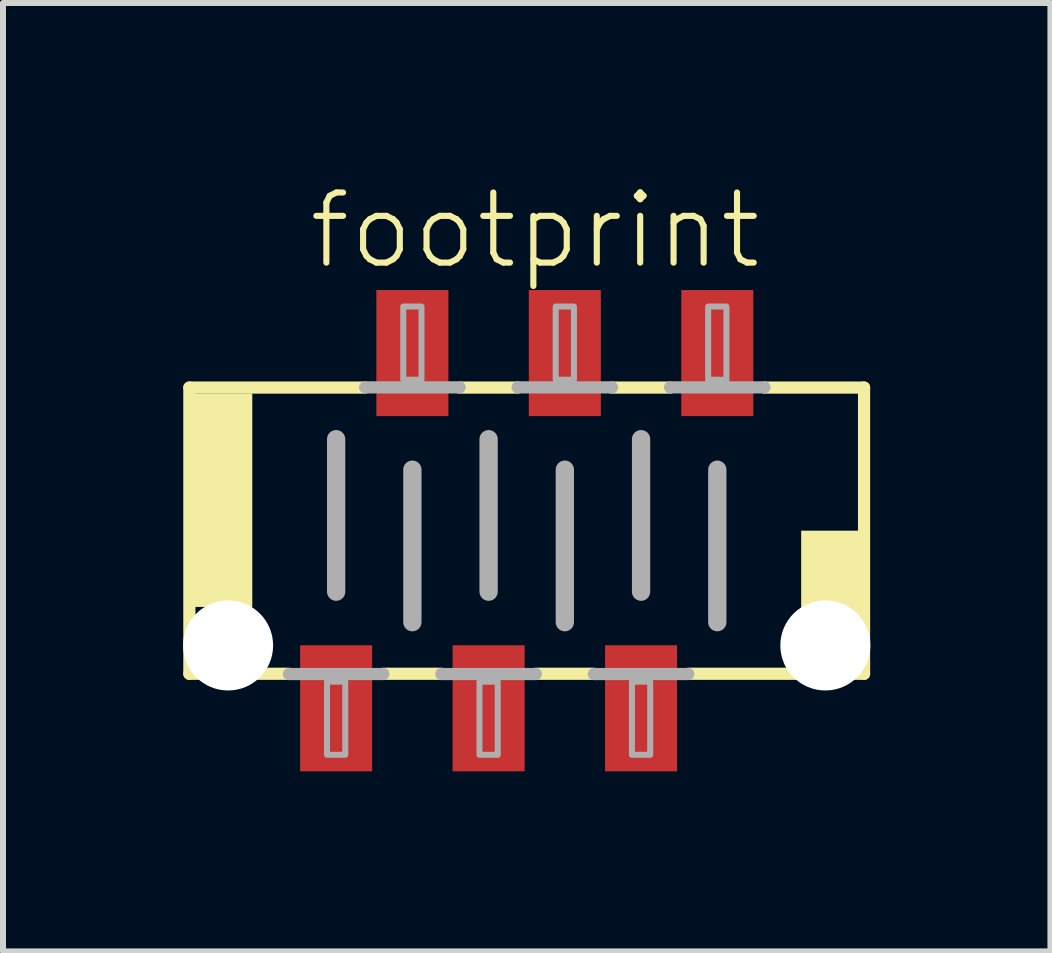
<source format=kicad_pcb>
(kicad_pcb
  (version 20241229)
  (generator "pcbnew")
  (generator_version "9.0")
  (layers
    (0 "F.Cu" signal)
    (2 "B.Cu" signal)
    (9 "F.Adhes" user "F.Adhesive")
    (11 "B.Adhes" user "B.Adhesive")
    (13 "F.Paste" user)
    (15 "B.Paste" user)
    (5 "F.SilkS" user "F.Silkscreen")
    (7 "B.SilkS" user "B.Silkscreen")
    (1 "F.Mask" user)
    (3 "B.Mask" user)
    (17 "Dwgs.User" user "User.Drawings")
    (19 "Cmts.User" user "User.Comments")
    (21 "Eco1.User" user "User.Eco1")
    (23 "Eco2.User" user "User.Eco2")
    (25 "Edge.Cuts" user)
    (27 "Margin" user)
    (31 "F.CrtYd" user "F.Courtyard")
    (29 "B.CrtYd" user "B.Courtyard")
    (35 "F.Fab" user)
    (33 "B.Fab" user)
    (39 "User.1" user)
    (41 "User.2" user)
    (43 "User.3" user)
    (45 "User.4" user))
  (footprint "footprint"
    (layer "F.Cu")
    (at 5.725 5.791)
    (property "Reference" "footprint" (at -3.683 -4.318 0) (layer "F.SilkS") (effects (font (size 1.168 1.168) (thickness 0.102)) (justify left bottom)))
    (fp_line (start -5.62 -2.384) (end -2.692 -2.384) (stroke (width 0.203) (type solid)) (layer "F.SilkS"))
    (fp_line (start -5.62 2.384) (end -5.62 -2.384) (stroke (width 0.203) (type solid)) (layer "F.SilkS"))
    (fp_line (start -3.962 2.384) (end -5.62 2.384) (stroke (width 0.203) (type solid)) (layer "F.SilkS"))
    (fp_line (start -1.422 2.384) (end -2.388 2.384) (stroke (width 0.203) (type solid)) (layer "F.SilkS"))
    (fp_line (start -1.118 -2.384) (end -0.152 -2.384) (stroke (width 0.203) (type solid)) (layer "F.SilkS"))
    (fp_line (start 1.118 2.384) (end 0.152 2.384) (stroke (width 0.203) (type solid)) (layer "F.SilkS"))
    (fp_line (start 1.422 -2.384) (end 2.388 -2.384) (stroke (width 0.203) (type solid)) (layer "F.SilkS"))
    (fp_line (start 3.962 -2.384) (end 5.62 -2.384) (stroke (width 0.203) (type solid)) (layer "F.SilkS"))
    (fp_line (start 5.62 -2.384) (end 5.62 2.384) (stroke (width 0.203) (type solid)) (layer "F.SilkS"))
    (fp_line (start 5.62 2.384) (end 2.692 2.384) (stroke (width 0.203) (type solid)) (layer "F.SilkS"))
    (fp_poly (pts (xy -5.588 1.27) (xy -4.572 1.27) (xy -4.572 -2.286) (xy -5.588 -2.286)) (stroke (width 0) (type solid)) (fill yes) (layer "F.SilkS"))
    (fp_poly (pts (xy 4.572 2.286) (xy 5.588 2.286) (xy 5.588 0) (xy 4.572 0)) (stroke (width 0) (type solid)) (fill yes) (layer "F.SilkS"))
    (fp_line (start -3.175 -1.524) (end -3.175 1.016) (stroke (width 0.305) (type solid)) (layer "F.Fab"))
    (fp_line (start -2.692 -2.388) (end -1.118 -2.388) (stroke (width 0.203) (type solid)) (layer "F.Fab"))
    (fp_line (start -2.388 2.388) (end -3.962 2.388) (stroke (width 0.203) (type solid)) (layer "F.Fab"))
    (fp_line (start -1.905 -1.016) (end -1.905 1.524) (stroke (width 0.305) (type solid)) (layer "F.Fab"))
    (fp_line (start -0.635 -1.524) (end -0.635 1.016) (stroke (width 0.305) (type solid)) (layer "F.Fab"))
    (fp_line (start -0.152 -2.388) (end 1.422 -2.388) (stroke (width 0.203) (type solid)) (layer "F.Fab"))
    (fp_line (start 0.152 2.388) (end -1.422 2.388) (stroke (width 0.203) (type solid)) (layer "F.Fab"))
    (fp_line (start 0.635 -1.016) (end 0.635 1.524) (stroke (width 0.305) (type solid)) (layer "F.Fab"))
    (fp_line (start 1.905 -1.524) (end 1.905 1.016) (stroke (width 0.305) (type solid)) (layer "F.Fab"))
    (fp_line (start 2.388 -2.388) (end 3.962 -2.388) (stroke (width 0.203) (type solid)) (layer "F.Fab"))
    (fp_line (start 2.692 2.388) (end 1.118 2.388) (stroke (width 0.203) (type solid)) (layer "F.Fab"))
    (fp_line (start 3.175 -1.016) (end 3.175 1.524) (stroke (width 0.305) (type solid)) (layer "F.Fab"))
    (fp_poly (pts (xy -3.327 3.734) (xy -3.023 3.734) (xy -3.023 2.515) (xy -3.327 2.515)) (stroke (width 0.1) (type solid)) (fill no) (layer "F.Fab"))
    (fp_poly (pts (xy -2.057 -2.515) (xy -1.753 -2.515) (xy -1.753 -3.734) (xy -2.057 -3.734)) (stroke (width 0.1) (type solid)) (fill no) (layer "F.Fab"))
    (fp_poly (pts (xy -0.787 3.734) (xy -0.483 3.734) (xy -0.483 2.515) (xy -0.787 2.515)) (stroke (width 0.1) (type solid)) (fill no) (layer "F.Fab"))
    (fp_poly (pts (xy 0.483 -2.515) (xy 0.787 -2.515) (xy 0.787 -3.734) (xy 0.483 -3.734)) (stroke (width 0.1) (type solid)) (fill no) (layer "F.Fab"))
    (fp_poly (pts (xy 1.753 3.734) (xy 2.057 3.734) (xy 2.057 2.515) (xy 1.753 2.515)) (stroke (width 0.1) (type solid)) (fill no) (layer "F.Fab"))
    (fp_poly (pts (xy 3.023 -2.515) (xy 3.327 -2.515) (xy 3.327 -3.734) (xy 3.023 -3.734)) (stroke (width 0.1) (type solid)) (fill no) (layer "F.Fab"))
    (pad "" np_thru_hole circle (at -4.975 1.912) (size 1.5 1.5) (drill 1.5) (layers "*.Cu" "*.Mask"))
    (pad "" np_thru_hole circle (at 4.975 1.912) (size 1.5 1.5) (drill 1.5) (layers "*.Cu" "*.Mask"))
    (pad "1" smd rect (at -3.175 2.959) (size 1.2 2.1) (layers "F.Cu" "F.Mask" "F.Paste"))
    (pad "2" smd rect (at -1.905 -2.959) (size 1.2 2.1) (layers "F.Cu" "F.Mask" "F.Paste"))
    (pad "3" smd rect (at -0.635 2.959) (size 1.2 2.1) (layers "F.Cu" "F.Mask" "F.Paste"))
    (pad "4" smd rect (at 0.635 -2.959) (size 1.2 2.1) (layers "F.Cu" "F.Mask" "F.Paste"))
    (pad "5" smd rect (at 1.905 2.959) (size 1.2 2.1) (layers "F.Cu" "F.Mask" "F.Paste"))
    (pad "6" smd rect (at 3.175 -2.959) (size 1.2 2.1) (layers "F.Cu" "F.Mask" "F.Paste")))
  (gr_rect
    (start -3 -3)
    (end 14.45 12.8)
    (stroke (width 0.1) (type default))
    (fill no)
    (layer "Edge.Cuts")))
</source>
